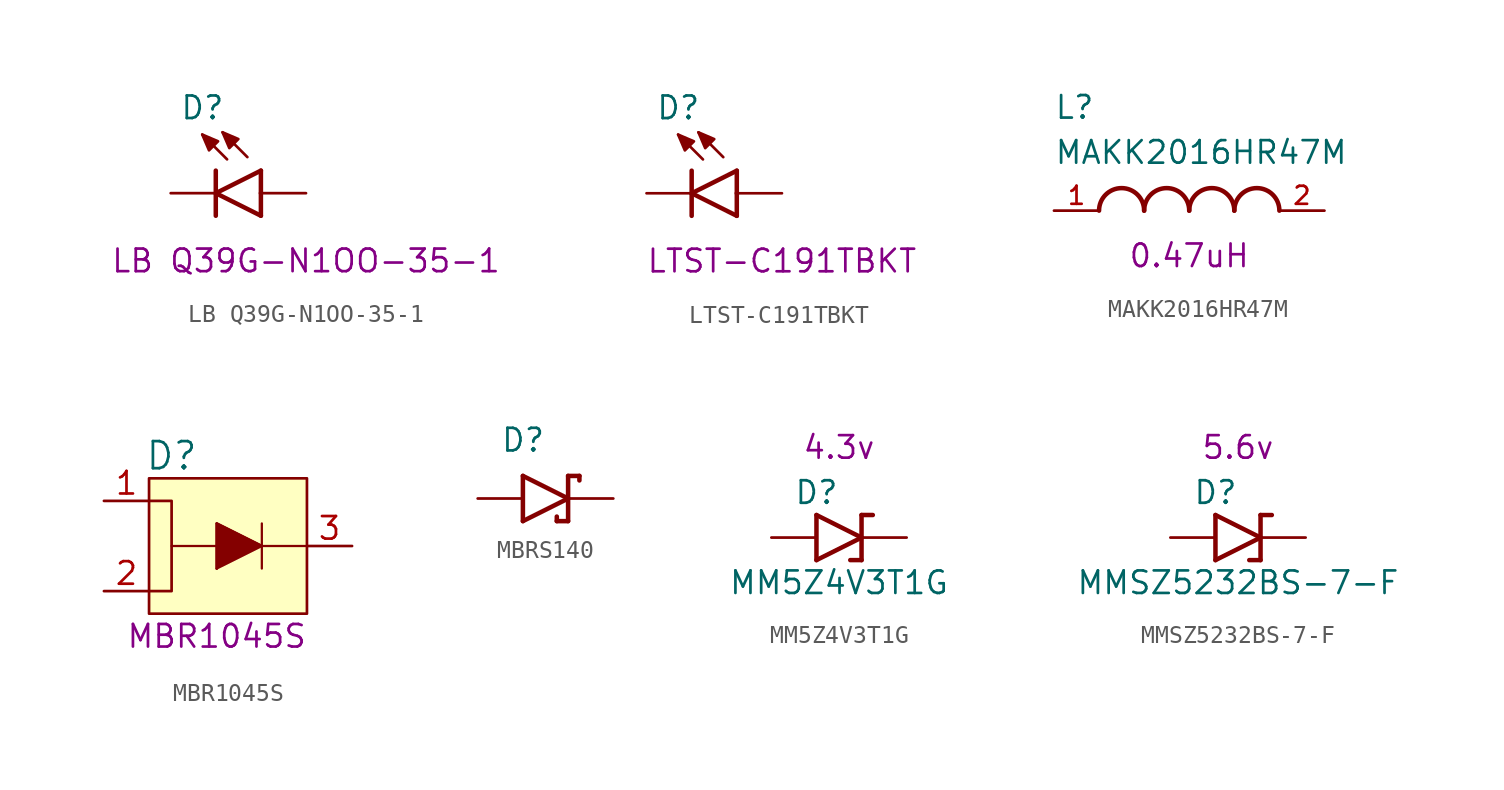
<source format=kicad_sym>
(kicad_symbol_lib
  (version 20241209)
  (generator "kicad_symbol_editor")
  (generator_version "9.0")
  (symbol "LB Q39G-N1OO-35-1"
    (pin_numbers
      (hide yes))
    (pin_names
      (offset 1.016)
      (hide yes))
    (property "Reference" "D"
      (at -2.035 4.07 0)
      (effects (font (size 1.27 1.27)) (justify left bottom)))
    (property "PartNumber" "LB Q39G-N1OO-35-1"
      (at 5.08 -3.81 0)
      (effects (font (size 1.27 1.27))))
    (symbol "LB Q39G-N1OO-35-1_0_0"
      (polyline (pts (xy -0.762 3.302) (xy 0.127 2.921) (xy -0.381 2.413) (xy -0.762 3.302)) (stroke (width 0.152) (type default)) (fill (type outline)))
      (polyline (pts (xy 0 0) (xy 0 1.27)) (stroke (width 0.254) (type default)) (fill (type none)))
      (polyline (pts (xy 0 0) (xy 2.54 1.27)) (stroke (width 0.254) (type default)) (fill (type none)))
      (polyline (pts (xy 0 -1.27) (xy 0 0)) (stroke (width 0.254) (type default)) (fill (type none)))
      (polyline (pts (xy 0.381 3.429) (xy 1.27 3.048) (xy 0.762 2.54) (xy 0.381 3.429)) (stroke (width 0.152) (type default)) (fill (type outline)))
      (polyline (pts (xy 0.635 1.905) (xy -0.762 3.302)) (stroke (width 0.152) (type default)) (fill (type none)))
      (polyline (pts (xy 1.778 2.032) (xy 0.381 3.429)) (stroke (width 0.152) (type default)) (fill (type none)))
      (polyline (pts (xy 2.54 0) (xy 2.54 1.27)) (stroke (width 0.254) (type default)) (fill (type none)))
      (polyline (pts (xy 2.54 -1.27) (xy 0 0)) (stroke (width 0.254) (type default)) (fill (type none)))
      (polyline (pts (xy 2.54 -1.27) (xy 2.54 0)) (stroke (width 0.254) (type default)) (fill (type none)))
      (pin passive line (at -2.54 0 0) (length 2.54) (name "C" (effects (font (size 1.016 1.016)))) (number "C" (effects (font (size 1.016 1.016)))))
      (pin passive line (at 5.08 0 180) (length 2.54) (name "A" (effects (font (size 1.016 1.016)))) (number "A" (effects (font (size 1.016 1.016)))))))
  (symbol "LTST-C191TBKT"
    (pin_numbers
      (hide yes))
    (pin_names
      (offset 1.016)
      (hide yes))
    (property "Reference" "D"
      (at -2.035 4.07 0)
      (effects (font (size 1.27 1.27)) (justify left bottom)))
    (property "PartNumber" "LTST-C191TBKT"
      (at 5.08 -3.81 0)
      (effects (font (size 1.27 1.27))))
    (symbol "LTST-C191TBKT_0_0"
      (polyline (pts (xy -0.762 3.302) (xy 0.127 2.921) (xy -0.381 2.413) (xy -0.762 3.302)) (stroke (width 0.152) (type default)) (fill (type outline)))
      (polyline (pts (xy 0 0) (xy 0 1.27)) (stroke (width 0.254) (type default)) (fill (type none)))
      (polyline (pts (xy 0 0) (xy 2.54 1.27)) (stroke (width 0.254) (type default)) (fill (type none)))
      (polyline (pts (xy 0 -1.27) (xy 0 0)) (stroke (width 0.254) (type default)) (fill (type none)))
      (polyline (pts (xy 0.381 3.429) (xy 1.27 3.048) (xy 0.762 2.54) (xy 0.381 3.429)) (stroke (width 0.152) (type default)) (fill (type outline)))
      (polyline (pts (xy 0.635 1.905) (xy -0.762 3.302)) (stroke (width 0.152) (type default)) (fill (type none)))
      (polyline (pts (xy 1.778 2.032) (xy 0.381 3.429)) (stroke (width 0.152) (type default)) (fill (type none)))
      (polyline (pts (xy 2.54 0) (xy 2.54 1.27)) (stroke (width 0.254) (type default)) (fill (type none)))
      (polyline (pts (xy 2.54 -1.27) (xy 0 0)) (stroke (width 0.254) (type default)) (fill (type none)))
      (polyline (pts (xy 2.54 -1.27) (xy 2.54 0)) (stroke (width 0.254) (type default)) (fill (type none)))
      (pin passive line (at -2.54 0 0) (length 2.54) (name "C" (effects (font (size 1.016 1.016)))) (number "C" (effects (font (size 1.016 1.016)))))
      (pin passive line (at 5.08 0 180) (length 2.54) (name "A" (effects (font (size 1.016 1.016)))) (number "A" (effects (font (size 1.016 1.016)))))))
  (symbol "MAKK2016HR47M"
    (pin_names
      (offset 1.016))
    (property "Reference" "L"
      (at -7.62 5.08 0)
      (effects (font (size 1.27 1.27)) (justify left bottom)))
    (property "Value" "MAKK2016HR47M"
      (at -7.62 2.54 0)
      (effects (font (size 1.27 1.27)) (justify left bottom)))
    (property "Inductance " "0.47uH"
      (at 0 -2.54 0)
      (effects (font (size 1.27 1.27))))
    (symbol "MAKK2016HR47M_0_0"
      (arc (start -5.08 0) (mid -3.81 1.2645) (end -2.54 0) (stroke (width 0.254) (type default)) (fill (type none)))
      (arc (start -2.54 0) (mid -1.27 1.2645) (end 0 0) (stroke (width 0.254) (type default)) (fill (type none)))
      (arc (start 0 0) (mid 1.27 1.2645) (end 2.54 0) (stroke (width 0.254) (type default)) (fill (type none)))
      (arc (start 2.54 0) (mid 3.81 1.2645) (end 5.08 0) (stroke (width 0.254) (type default)) (fill (type none)))
      (pin passive line (at -7.62 0 0) (length 2.54) (name "~" (effects (font (size 1.016 1.016)))) (number "1" (effects (font (size 1.016 1.016)))))
      (pin passive line (at 7.62 0 180) (length 2.54) (name "~" (effects (font (size 1.016 1.016)))) (number "2" (effects (font (size 1.016 1.016)))))))
  (symbol "MBR1045S"
    (pin_names
      (offset 0.254)
      (hide yes))
    (property "Reference" "D"
      (at 3.81 2.54 0)
      (effects (font (size 1.524 1.524))))
    (property "PartNumber" "MBR1045S"
      (at 6.35 -7.62 0)
      (effects (font (size 1.27 1.27))))
    (symbol "MBR1045S_0_1"
      (polyline (pts (xy 3.81 -2.54) (xy 11.43 -2.54)) (stroke (width 0.127) (type default)) (fill (type none)))
      (polyline (pts (xy 6.35 -3.81) (xy 6.35 -1.27)) (stroke (width 0.127) (type default)) (fill (type none)))
      (polyline (pts (xy 6.35 -3.81) (xy 8.89 -2.54)) (stroke (width 0.127) (type default)) (fill (type none)))
      (polyline (pts (xy 8.89 -2.54) (xy 6.35 -1.27)) (stroke (width 0.127) (type default)) (fill (type none)))
      (polyline (pts (xy 8.89 -2.54) (xy 6.35 -1.27) (xy 6.35 -3.81)) (stroke (width 0) (type default)) (fill (type outline)))
      (polyline (pts (xy 8.89 -3.81) (xy 8.89 -1.27)) (stroke (width 0.127) (type default)) (fill (type none))))
    (symbol "MBR1045S_1_1"
      (rectangle (start 2.54 1.27) (end 11.43 -6.35) (stroke (width 0) (type default)) (fill (type background)))
      (polyline (pts (xy 2.54 0) (xy 3.81 0) (xy 3.81 -5.08) (xy 2.54 -5.08)) (stroke (width 0) (type default)) (fill (type none)))
      (pin unspecified line (at 0 0 0) (length 2.54) (name "Anode" (effects (font (size 1.27 1.27)))) (number "1" (effects (font (size 1.27 1.27)))))
      (pin unspecified line (at 0 -5.08 0) (length 2.54) (name "Anode" (effects (font (size 1.27 1.27)))) (number "2" (effects (font (size 1.27 1.27)))))
      (pin unspecified line (at 13.97 -2.54 180) (length 2.54) (name "CATHODE" (effects (font (size 1.27 1.27)))) (number "3" (effects (font (size 1.27 1.27)))))))
  (symbol "MBRS140"
    (pin_numbers
      (hide yes))
    (pin_names
      (offset 1.016)
      (hide yes))
    (property "Reference" "D"
      (at -2.54 2.54 0)
      (effects (font (size 1.27 1.27)) (justify left bottom)))
    (symbol "MBRS140_0_0"
      (polyline (pts (xy -1.27 1.27) (xy -1.27 -1.27)) (stroke (width 0.254) (type default)) (fill (type none)))
      (polyline (pts (xy -1.27 -1.27) (xy 1.27 0)) (stroke (width 0.254) (type default)) (fill (type none)))
      (polyline (pts (xy 0.635 -1.016) (xy 0.635 -1.27)) (stroke (width 0.254) (type default)) (fill (type none)))
      (polyline (pts (xy 1.27 1.27) (xy 1.27 0)) (stroke (width 0.254) (type default)) (fill (type none)))
      (polyline (pts (xy 1.27 0) (xy -1.27 1.27)) (stroke (width 0.254) (type default)) (fill (type none)))
      (polyline (pts (xy 1.27 0) (xy 1.27 -1.27)) (stroke (width 0.254) (type default)) (fill (type none)))
      (polyline (pts (xy 1.27 -1.27) (xy 0.635 -1.27)) (stroke (width 0.254) (type default)) (fill (type none)))
      (polyline (pts (xy 1.905 1.27) (xy 1.27 1.27)) (stroke (width 0.254) (type default)) (fill (type none)))
      (polyline (pts (xy 1.905 1.27) (xy 1.905 1.016)) (stroke (width 0.254) (type default)) (fill (type none))))
    (symbol "MBRS140_1_0"
      (pin passive line (at -3.81 0 0) (length 2.54) (name "" (effects (font (size 1.016 1.016)))) (number "A" (effects (font (size 1.016 1.016)))))
      (pin passive line (at 3.81 0 180) (length 2.54) (name "" (effects (font (size 1.016 1.016)))) (number "C" (effects (font (size 1.016 1.016)))))))
  (symbol "MM5Z4V3T1G"
    (pin_numbers
      (hide yes))
    (pin_names
      (hide yes))
    (property "Reference" "D"
      (at -1.27 2.54 0)
      (effects (font (size 1.27 1.27))))
    (property "Value" "MM5Z4V3T1G"
      (at 0 -2.54 0)
      (effects (font (size 1.27 1.27))))
    (property "VZ" "4.3v"
      (at 0 5.08 0)
      (effects (font (size 1.27 1.27))))
    (symbol "MM5Z4V3T1G_0_0"
      (polyline (pts (xy -1.27 1.27) (xy -1.27 -1.27)) (stroke (width 0.254) (type default)) (fill (type none)))
      (polyline (pts (xy -1.27 -1.27) (xy 1.27 0)) (stroke (width 0.254) (type default)) (fill (type none)))
      (polyline (pts (xy 1.27 1.27) (xy 1.27 0)) (stroke (width 0.254) (type default)) (fill (type none)))
      (polyline (pts (xy 1.27 0) (xy -1.27 1.27)) (stroke (width 0.254) (type default)) (fill (type none)))
      (polyline (pts (xy 1.27 0) (xy 1.27 -1.27)) (stroke (width 0.254) (type default)) (fill (type none)))
      (polyline (pts (xy 1.27 -1.27) (xy 0.635 -1.27)) (stroke (width 0.254) (type default)) (fill (type none)))
      (polyline (pts (xy 1.905 1.27) (xy 1.27 1.27)) (stroke (width 0.254) (type default)) (fill (type none))))
    (symbol "MM5Z4V3T1G_1_0"
      (pin passive line (at -3.81 0 0) (length 2.54) (name "" (effects (font (size 1.016 1.016)))) (number "A" (effects (font (size 1.016 1.016)))))
      (pin passive line (at 3.81 0 180) (length 2.54) (name "" (effects (font (size 1.016 1.016)))) (number "C" (effects (font (size 1.016 1.016)))))))
  (symbol "MMSZ5232BS-7-F"
    (pin_numbers
      (hide yes))
    (pin_names
      (hide yes))
    (property "Reference" "D"
      (at -1.27 2.54 0)
      (effects (font (size 1.27 1.27))))
    (property "Value" "MMSZ5232BS-7-F"
      (at 0 -2.54 0)
      (effects (font (size 1.27 1.27))))
    (property "VZ" "5.6v"
      (at 0 5.08 0)
      (effects (font (size 1.27 1.27))))
    (symbol "MMSZ5232BS-7-F_0_0"
      (polyline (pts (xy -1.27 1.27) (xy -1.27 -1.27)) (stroke (width 0.254) (type default)) (fill (type none)))
      (polyline (pts (xy -1.27 -1.27) (xy 1.27 0)) (stroke (width 0.254) (type default)) (fill (type none)))
      (polyline (pts (xy 1.27 1.27) (xy 1.27 0)) (stroke (width 0.254) (type default)) (fill (type none)))
      (polyline (pts (xy 1.27 0) (xy -1.27 1.27)) (stroke (width 0.254) (type default)) (fill (type none)))
      (polyline (pts (xy 1.27 0) (xy 1.27 -1.27)) (stroke (width 0.254) (type default)) (fill (type none)))
      (polyline (pts (xy 1.27 -1.27) (xy 0.635 -1.27)) (stroke (width 0.254) (type default)) (fill (type none)))
      (polyline (pts (xy 1.905 1.27) (xy 1.27 1.27)) (stroke (width 0.254) (type default)) (fill (type none))))
    (symbol "MMSZ5232BS-7-F_1_0"
      (pin passive line (at -3.81 0 0) (length 2.54) (name "" (effects (font (size 1.016 1.016)))) (number "A" (effects (font (size 1.016 1.016)))))
      (pin passive line (at 3.81 0 180) (length 2.54) (name "" (effects (font (size 1.016 1.016)))) (number "C" (effects (font (size 1.016 1.016))))))))
</source>
